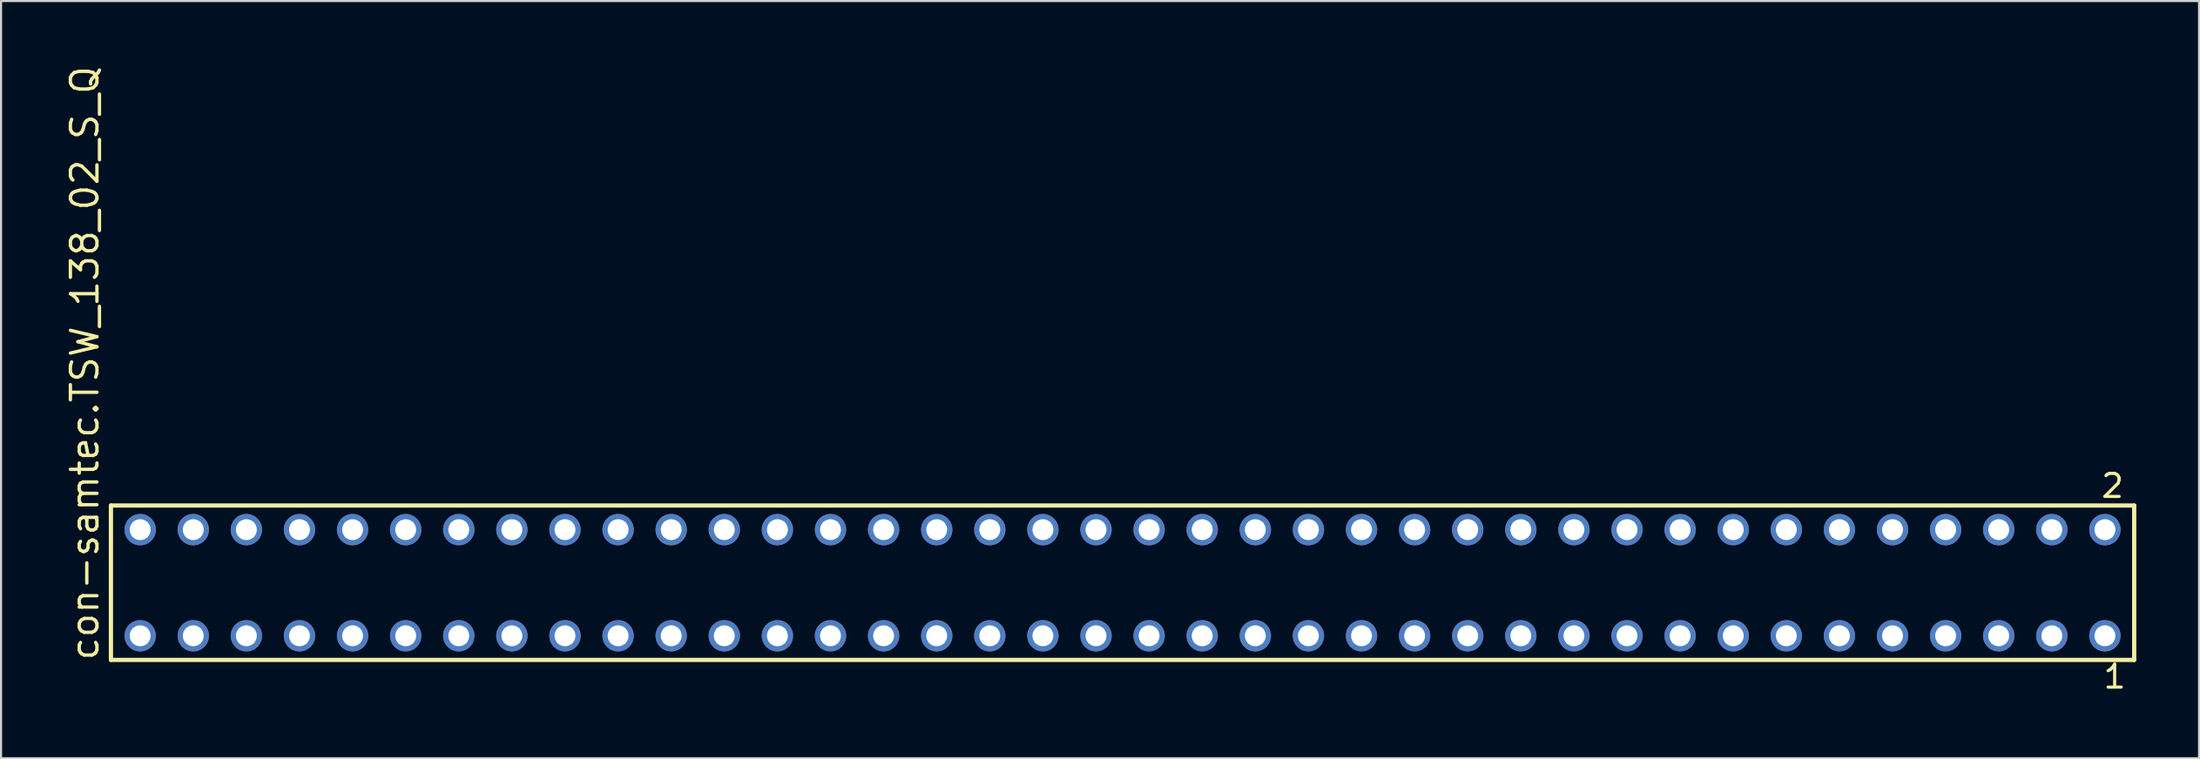
<source format=kicad_pcb>
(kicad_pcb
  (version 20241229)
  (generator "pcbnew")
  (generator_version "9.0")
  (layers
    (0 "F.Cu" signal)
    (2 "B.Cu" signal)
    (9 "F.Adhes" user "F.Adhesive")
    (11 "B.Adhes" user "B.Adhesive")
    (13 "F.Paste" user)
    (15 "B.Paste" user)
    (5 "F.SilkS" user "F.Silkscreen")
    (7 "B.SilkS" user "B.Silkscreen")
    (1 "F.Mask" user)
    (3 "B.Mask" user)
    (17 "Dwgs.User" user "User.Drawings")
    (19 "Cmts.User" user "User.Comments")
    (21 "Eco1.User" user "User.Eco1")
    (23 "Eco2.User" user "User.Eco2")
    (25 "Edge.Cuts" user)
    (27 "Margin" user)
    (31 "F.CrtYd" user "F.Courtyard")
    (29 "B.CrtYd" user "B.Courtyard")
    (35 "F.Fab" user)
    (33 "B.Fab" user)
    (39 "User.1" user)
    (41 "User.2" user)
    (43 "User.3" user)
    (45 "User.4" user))
  (footprint "con-samtec.TSW_138_02_S_Q"
    (layer "F.Cu")
    (at 50.645 24.84)
    (property "Reference" "con-samtec.TSW_138_02_S_Q" (at -48.895 3.81 90) (layer "F.SilkS") (effects (font (size 1.27 1.27) (thickness 0.16)) (justify left bottom)))
    (attr through_hole)
    (fp_line (start -48.389 -3.695) (end 48.389 -3.695) (stroke (width 0.203) (type default)) (layer "F.SilkS"))
    (fp_line (start -48.389 3.695) (end -48.389 -3.695) (stroke (width 0.203) (type default)) (layer "F.SilkS"))
    (fp_line (start 48.389 -3.695) (end 48.389 3.695) (stroke (width 0.203) (type default)) (layer "F.SilkS"))
    (fp_line (start 48.389 3.695) (end -48.389 3.695) (stroke (width 0.203) (type default)) (layer "F.SilkS"))
    (fp_rect (start -47.34 -2.19) (end -46.64 -2.89) (stroke (width 0.05) (type default)) (fill no) (layer "F.Fab"))
    (fp_rect (start -47.34 2.89) (end -46.64 2.19) (stroke (width 0.05) (type default)) (fill no) (layer "F.Fab"))
    (fp_rect (start -44.8 -2.19) (end -44.1 -2.89) (stroke (width 0.05) (type default)) (fill no) (layer "F.Fab"))
    (fp_rect (start -44.8 2.89) (end -44.1 2.19) (stroke (width 0.05) (type default)) (fill no) (layer "F.Fab"))
    (fp_rect (start -42.26 -2.19) (end -41.56 -2.89) (stroke (width 0.05) (type default)) (fill no) (layer "F.Fab"))
    (fp_rect (start -42.26 2.89) (end -41.56 2.19) (stroke (width 0.05) (type default)) (fill no) (layer "F.Fab"))
    (fp_rect (start -39.72 -2.19) (end -39.02 -2.89) (stroke (width 0.05) (type default)) (fill no) (layer "F.Fab"))
    (fp_rect (start -39.72 2.89) (end -39.02 2.19) (stroke (width 0.05) (type default)) (fill no) (layer "F.Fab"))
    (fp_rect (start -37.18 -2.19) (end -36.48 -2.89) (stroke (width 0.05) (type default)) (fill no) (layer "F.Fab"))
    (fp_rect (start -37.18 2.89) (end -36.48 2.19) (stroke (width 0.05) (type default)) (fill no) (layer "F.Fab"))
    (fp_rect (start -34.64 -2.19) (end -33.94 -2.89) (stroke (width 0.05) (type default)) (fill no) (layer "F.Fab"))
    (fp_rect (start -34.64 2.89) (end -33.94 2.19) (stroke (width 0.05) (type default)) (fill no) (layer "F.Fab"))
    (fp_rect (start -32.1 -2.19) (end -31.4 -2.89) (stroke (width 0.05) (type default)) (fill no) (layer "F.Fab"))
    (fp_rect (start -32.1 2.89) (end -31.4 2.19) (stroke (width 0.05) (type default)) (fill no) (layer "F.Fab"))
    (fp_rect (start -29.56 -2.19) (end -28.86 -2.89) (stroke (width 0.05) (type default)) (fill no) (layer "F.Fab"))
    (fp_rect (start -29.56 2.89) (end -28.86 2.19) (stroke (width 0.05) (type default)) (fill no) (layer "F.Fab"))
    (fp_rect (start -27.02 -2.19) (end -26.32 -2.89) (stroke (width 0.05) (type default)) (fill no) (layer "F.Fab"))
    (fp_rect (start -27.02 2.89) (end -26.32 2.19) (stroke (width 0.05) (type default)) (fill no) (layer "F.Fab"))
    (fp_rect (start -24.48 -2.19) (end -23.78 -2.89) (stroke (width 0.05) (type default)) (fill no) (layer "F.Fab"))
    (fp_rect (start -24.48 2.89) (end -23.78 2.19) (stroke (width 0.05) (type default)) (fill no) (layer "F.Fab"))
    (fp_rect (start -21.94 -2.19) (end -21.24 -2.89) (stroke (width 0.05) (type default)) (fill no) (layer "F.Fab"))
    (fp_rect (start -21.94 2.89) (end -21.24 2.19) (stroke (width 0.05) (type default)) (fill no) (layer "F.Fab"))
    (fp_rect (start -19.4 -2.19) (end -18.7 -2.89) (stroke (width 0.05) (type default)) (fill no) (layer "F.Fab"))
    (fp_rect (start -19.4 2.89) (end -18.7 2.19) (stroke (width 0.05) (type default)) (fill no) (layer "F.Fab"))
    (fp_rect (start -16.86 -2.19) (end -16.16 -2.89) (stroke (width 0.05) (type default)) (fill no) (layer "F.Fab"))
    (fp_rect (start -16.86 2.89) (end -16.16 2.19) (stroke (width 0.05) (type default)) (fill no) (layer "F.Fab"))
    (fp_rect (start -14.32 -2.19) (end -13.62 -2.89) (stroke (width 0.05) (type default)) (fill no) (layer "F.Fab"))
    (fp_rect (start -14.32 2.89) (end -13.62 2.19) (stroke (width 0.05) (type default)) (fill no) (layer "F.Fab"))
    (fp_rect (start -11.78 -2.19) (end -11.08 -2.89) (stroke (width 0.05) (type default)) (fill no) (layer "F.Fab"))
    (fp_rect (start -11.78 2.89) (end -11.08 2.19) (stroke (width 0.05) (type default)) (fill no) (layer "F.Fab"))
    (fp_rect (start -9.24 -2.19) (end -8.54 -2.89) (stroke (width 0.05) (type default)) (fill no) (layer "F.Fab"))
    (fp_rect (start -9.24 2.89) (end -8.54 2.19) (stroke (width 0.05) (type default)) (fill no) (layer "F.Fab"))
    (fp_rect (start -6.7 -2.19) (end -6 -2.89) (stroke (width 0.05) (type default)) (fill no) (layer "F.Fab"))
    (fp_rect (start -6.7 2.89) (end -6 2.19) (stroke (width 0.05) (type default)) (fill no) (layer "F.Fab"))
    (fp_rect (start -4.16 -2.19) (end -3.46 -2.89) (stroke (width 0.05) (type default)) (fill no) (layer "F.Fab"))
    (fp_rect (start -4.16 2.89) (end -3.46 2.19) (stroke (width 0.05) (type default)) (fill no) (layer "F.Fab"))
    (fp_rect (start -1.62 -2.19) (end -0.92 -2.89) (stroke (width 0.05) (type default)) (fill no) (layer "F.Fab"))
    (fp_rect (start -1.62 2.89) (end -0.92 2.19) (stroke (width 0.05) (type default)) (fill no) (layer "F.Fab"))
    (fp_rect (start 0.92 -2.19) (end 1.62 -2.89) (stroke (width 0.05) (type default)) (fill no) (layer "F.Fab"))
    (fp_rect (start 0.92 2.89) (end 1.62 2.19) (stroke (width 0.05) (type default)) (fill no) (layer "F.Fab"))
    (fp_rect (start 3.46 -2.19) (end 4.16 -2.89) (stroke (width 0.05) (type default)) (fill no) (layer "F.Fab"))
    (fp_rect (start 3.46 2.89) (end 4.16 2.19) (stroke (width 0.05) (type default)) (fill no) (layer "F.Fab"))
    (fp_rect (start 6 -2.19) (end 6.7 -2.89) (stroke (width 0.05) (type default)) (fill no) (layer "F.Fab"))
    (fp_rect (start 6 2.89) (end 6.7 2.19) (stroke (width 0.05) (type default)) (fill no) (layer "F.Fab"))
    (fp_rect (start 8.54 -2.19) (end 9.24 -2.89) (stroke (width 0.05) (type default)) (fill no) (layer "F.Fab"))
    (fp_rect (start 8.54 2.89) (end 9.24 2.19) (stroke (width 0.05) (type default)) (fill no) (layer "F.Fab"))
    (fp_rect (start 11.08 -2.19) (end 11.78 -2.89) (stroke (width 0.05) (type default)) (fill no) (layer "F.Fab"))
    (fp_rect (start 11.08 2.89) (end 11.78 2.19) (stroke (width 0.05) (type default)) (fill no) (layer "F.Fab"))
    (fp_rect (start 13.62 -2.19) (end 14.32 -2.89) (stroke (width 0.05) (type default)) (fill no) (layer "F.Fab"))
    (fp_rect (start 13.62 2.89) (end 14.32 2.19) (stroke (width 0.05) (type default)) (fill no) (layer "F.Fab"))
    (fp_rect (start 16.16 -2.19) (end 16.86 -2.89) (stroke (width 0.05) (type default)) (fill no) (layer "F.Fab"))
    (fp_rect (start 16.16 2.89) (end 16.86 2.19) (stroke (width 0.05) (type default)) (fill no) (layer "F.Fab"))
    (fp_rect (start 18.7 -2.19) (end 19.4 -2.89) (stroke (width 0.05) (type default)) (fill no) (layer "F.Fab"))
    (fp_rect (start 18.7 2.89) (end 19.4 2.19) (stroke (width 0.05) (type default)) (fill no) (layer "F.Fab"))
    (fp_rect (start 21.24 -2.19) (end 21.94 -2.89) (stroke (width 0.05) (type default)) (fill no) (layer "F.Fab"))
    (fp_rect (start 21.24 2.89) (end 21.94 2.19) (stroke (width 0.05) (type default)) (fill no) (layer "F.Fab"))
    (fp_rect (start 23.78 -2.19) (end 24.48 -2.89) (stroke (width 0.05) (type default)) (fill no) (layer "F.Fab"))
    (fp_rect (start 23.78 2.89) (end 24.48 2.19) (stroke (width 0.05) (type default)) (fill no) (layer "F.Fab"))
    (fp_rect (start 26.32 -2.19) (end 27.02 -2.89) (stroke (width 0.05) (type default)) (fill no) (layer "F.Fab"))
    (fp_rect (start 26.32 2.89) (end 27.02 2.19) (stroke (width 0.05) (type default)) (fill no) (layer "F.Fab"))
    (fp_rect (start 28.86 -2.19) (end 29.56 -2.89) (stroke (width 0.05) (type default)) (fill no) (layer "F.Fab"))
    (fp_rect (start 28.86 2.89) (end 29.56 2.19) (stroke (width 0.05) (type default)) (fill no) (layer "F.Fab"))
    (fp_rect (start 31.4 -2.19) (end 32.1 -2.89) (stroke (width 0.05) (type default)) (fill no) (layer "F.Fab"))
    (fp_rect (start 31.4 2.89) (end 32.1 2.19) (stroke (width 0.05) (type default)) (fill no) (layer "F.Fab"))
    (fp_rect (start 33.94 -2.19) (end 34.64 -2.89) (stroke (width 0.05) (type default)) (fill no) (layer "F.Fab"))
    (fp_rect (start 33.94 2.89) (end 34.64 2.19) (stroke (width 0.05) (type default)) (fill no) (layer "F.Fab"))
    (fp_rect (start 36.48 -2.19) (end 37.18 -2.89) (stroke (width 0.05) (type default)) (fill no) (layer "F.Fab"))
    (fp_rect (start 36.48 2.89) (end 37.18 2.19) (stroke (width 0.05) (type default)) (fill no) (layer "F.Fab"))
    (fp_rect (start 39.02 -2.19) (end 39.72 -2.89) (stroke (width 0.05) (type default)) (fill no) (layer "F.Fab"))
    (fp_rect (start 39.02 2.89) (end 39.72 2.19) (stroke (width 0.05) (type default)) (fill no) (layer "F.Fab"))
    (fp_rect (start 41.56 -2.19) (end 42.26 -2.89) (stroke (width 0.05) (type default)) (fill no) (layer "F.Fab"))
    (fp_rect (start 41.56 2.89) (end 42.26 2.19) (stroke (width 0.05) (type default)) (fill no) (layer "F.Fab"))
    (fp_rect (start 44.1 -2.19) (end 44.8 -2.89) (stroke (width 0.05) (type default)) (fill no) (layer "F.Fab"))
    (fp_rect (start 44.1 2.89) (end 44.8 2.19) (stroke (width 0.05) (type default)) (fill no) (layer "F.Fab"))
    (fp_rect (start 46.64 -2.19) (end 47.34 -2.89) (stroke (width 0.05) (type default)) (fill no) (layer "F.Fab"))
    (fp_rect (start 46.64 2.89) (end 47.34 2.19) (stroke (width 0.05) (type default)) (fill no) (layer "F.Fab"))
    (fp_text user "1" (at 46.832 5.138 0) (layer "F.SilkS") (effects (font (size 1.1 1.1) (thickness 0.15)) (justify left bottom)))
    (fp_text user "2" (at 46.732 -3.989 0) (layer "F.SilkS") (effects (font (size 1.1 1.1) (thickness 0.15)) (justify left bottom)))
    (pad "1" thru_hole circle (at 46.99 2.54 180) (size 1.5 1.5) (drill 1) (layers "*.Cu" "*.Mask"))
    (pad "2" thru_hole circle (at 46.99 -2.54 180) (size 1.5 1.5) (drill 1) (layers "*.Cu" "*.Mask"))
    (pad "3" thru_hole circle (at 44.45 2.54 180) (size 1.5 1.5) (drill 1) (layers "*.Cu" "*.Mask"))
    (pad "4" thru_hole circle (at 44.45 -2.54 180) (size 1.5 1.5) (drill 1) (layers "*.Cu" "*.Mask"))
    (pad "5" thru_hole circle (at 41.91 2.54 180) (size 1.5 1.5) (drill 1) (layers "*.Cu" "*.Mask"))
    (pad "6" thru_hole circle (at 41.91 -2.54 180) (size 1.5 1.5) (drill 1) (layers "*.Cu" "*.Mask"))
    (pad "7" thru_hole circle (at 39.37 2.54 180) (size 1.5 1.5) (drill 1) (layers "*.Cu" "*.Mask"))
    (pad "8" thru_hole circle (at 39.37 -2.54 180) (size 1.5 1.5) (drill 1) (layers "*.Cu" "*.Mask"))
    (pad "9" thru_hole circle (at 36.83 2.54 180) (size 1.5 1.5) (drill 1) (layers "*.Cu" "*.Mask"))
    (pad "10" thru_hole circle (at 36.83 -2.54 180) (size 1.5 1.5) (drill 1) (layers "*.Cu" "*.Mask"))
    (pad "11" thru_hole circle (at 34.29 2.54 180) (size 1.5 1.5) (drill 1) (layers "*.Cu" "*.Mask"))
    (pad "12" thru_hole circle (at 34.29 -2.54 180) (size 1.5 1.5) (drill 1) (layers "*.Cu" "*.Mask"))
    (pad "13" thru_hole circle (at 31.75 2.54 180) (size 1.5 1.5) (drill 1) (layers "*.Cu" "*.Mask"))
    (pad "14" thru_hole circle (at 31.75 -2.54 180) (size 1.5 1.5) (drill 1) (layers "*.Cu" "*.Mask"))
    (pad "15" thru_hole circle (at 29.21 2.54 180) (size 1.5 1.5) (drill 1) (layers "*.Cu" "*.Mask"))
    (pad "16" thru_hole circle (at 29.21 -2.54 180) (size 1.5 1.5) (drill 1) (layers "*.Cu" "*.Mask"))
    (pad "17" thru_hole circle (at 26.67 2.54 180) (size 1.5 1.5) (drill 1) (layers "*.Cu" "*.Mask"))
    (pad "18" thru_hole circle (at 26.67 -2.54 180) (size 1.5 1.5) (drill 1) (layers "*.Cu" "*.Mask"))
    (pad "19" thru_hole circle (at 24.13 2.54 180) (size 1.5 1.5) (drill 1) (layers "*.Cu" "*.Mask"))
    (pad "20" thru_hole circle (at 24.13 -2.54 180) (size 1.5 1.5) (drill 1) (layers "*.Cu" "*.Mask"))
    (pad "21" thru_hole circle (at 21.59 2.54 180) (size 1.5 1.5) (drill 1) (layers "*.Cu" "*.Mask"))
    (pad "22" thru_hole circle (at 21.59 -2.54 180) (size 1.5 1.5) (drill 1) (layers "*.Cu" "*.Mask"))
    (pad "23" thru_hole circle (at 19.05 2.54 180) (size 1.5 1.5) (drill 1) (layers "*.Cu" "*.Mask"))
    (pad "24" thru_hole circle (at 19.05 -2.54 180) (size 1.5 1.5) (drill 1) (layers "*.Cu" "*.Mask"))
    (pad "25" thru_hole circle (at 16.51 2.54 180) (size 1.5 1.5) (drill 1) (layers "*.Cu" "*.Mask"))
    (pad "26" thru_hole circle (at 16.51 -2.54 180) (size 1.5 1.5) (drill 1) (layers "*.Cu" "*.Mask"))
    (pad "27" thru_hole circle (at 13.97 2.54 180) (size 1.5 1.5) (drill 1) (layers "*.Cu" "*.Mask"))
    (pad "28" thru_hole circle (at 13.97 -2.54 180) (size 1.5 1.5) (drill 1) (layers "*.Cu" "*.Mask"))
    (pad "29" thru_hole circle (at 11.43 2.54 180) (size 1.5 1.5) (drill 1) (layers "*.Cu" "*.Mask"))
    (pad "30" thru_hole circle (at 11.43 -2.54 180) (size 1.5 1.5) (drill 1) (layers "*.Cu" "*.Mask"))
    (pad "31" thru_hole circle (at 8.89 2.54 180) (size 1.5 1.5) (drill 1) (layers "*.Cu" "*.Mask"))
    (pad "32" thru_hole circle (at 8.89 -2.54 180) (size 1.5 1.5) (drill 1) (layers "*.Cu" "*.Mask"))
    (pad "33" thru_hole circle (at 6.35 2.54 180) (size 1.5 1.5) (drill 1) (layers "*.Cu" "*.Mask"))
    (pad "34" thru_hole circle (at 6.35 -2.54 180) (size 1.5 1.5) (drill 1) (layers "*.Cu" "*.Mask"))
    (pad "35" thru_hole circle (at 3.81 2.54 180) (size 1.5 1.5) (drill 1) (layers "*.Cu" "*.Mask"))
    (pad "36" thru_hole circle (at 3.81 -2.54 180) (size 1.5 1.5) (drill 1) (layers "*.Cu" "*.Mask"))
    (pad "37" thru_hole circle (at 1.27 2.54 180) (size 1.5 1.5) (drill 1) (layers "*.Cu" "*.Mask"))
    (pad "38" thru_hole circle (at 1.27 -2.54 180) (size 1.5 1.5) (drill 1) (layers "*.Cu" "*.Mask"))
    (pad "39" thru_hole circle (at -1.27 2.54 180) (size 1.5 1.5) (drill 1) (layers "*.Cu" "*.Mask"))
    (pad "40" thru_hole circle (at -1.27 -2.54 180) (size 1.5 1.5) (drill 1) (layers "*.Cu" "*.Mask"))
    (pad "41" thru_hole circle (at -3.81 2.54 180) (size 1.5 1.5) (drill 1) (layers "*.Cu" "*.Mask"))
    (pad "42" thru_hole circle (at -3.81 -2.54 180) (size 1.5 1.5) (drill 1) (layers "*.Cu" "*.Mask"))
    (pad "43" thru_hole circle (at -6.35 2.54 180) (size 1.5 1.5) (drill 1) (layers "*.Cu" "*.Mask"))
    (pad "44" thru_hole circle (at -6.35 -2.54 180) (size 1.5 1.5) (drill 1) (layers "*.Cu" "*.Mask"))
    (pad "45" thru_hole circle (at -8.89 2.54 180) (size 1.5 1.5) (drill 1) (layers "*.Cu" "*.Mask"))
    (pad "46" thru_hole circle (at -8.89 -2.54 180) (size 1.5 1.5) (drill 1) (layers "*.Cu" "*.Mask"))
    (pad "47" thru_hole circle (at -11.43 2.54 180) (size 1.5 1.5) (drill 1) (layers "*.Cu" "*.Mask"))
    (pad "48" thru_hole circle (at -11.43 -2.54 180) (size 1.5 1.5) (drill 1) (layers "*.Cu" "*.Mask"))
    (pad "49" thru_hole circle (at -13.97 2.54 180) (size 1.5 1.5) (drill 1) (layers "*.Cu" "*.Mask"))
    (pad "50" thru_hole circle (at -13.97 -2.54 180) (size 1.5 1.5) (drill 1) (layers "*.Cu" "*.Mask"))
    (pad "51" thru_hole circle (at -16.51 2.54 180) (size 1.5 1.5) (drill 1) (layers "*.Cu" "*.Mask"))
    (pad "52" thru_hole circle (at -16.51 -2.54 180) (size 1.5 1.5) (drill 1) (layers "*.Cu" "*.Mask"))
    (pad "53" thru_hole circle (at -19.05 2.54 180) (size 1.5 1.5) (drill 1) (layers "*.Cu" "*.Mask"))
    (pad "54" thru_hole circle (at -19.05 -2.54 180) (size 1.5 1.5) (drill 1) (layers "*.Cu" "*.Mask"))
    (pad "55" thru_hole circle (at -21.59 2.54 180) (size 1.5 1.5) (drill 1) (layers "*.Cu" "*.Mask"))
    (pad "56" thru_hole circle (at -21.59 -2.54 180) (size 1.5 1.5) (drill 1) (layers "*.Cu" "*.Mask"))
    (pad "57" thru_hole circle (at -24.13 2.54 180) (size 1.5 1.5) (drill 1) (layers "*.Cu" "*.Mask"))
    (pad "58" thru_hole circle (at -24.13 -2.54 180) (size 1.5 1.5) (drill 1) (layers "*.Cu" "*.Mask"))
    (pad "59" thru_hole circle (at -26.67 2.54 180) (size 1.5 1.5) (drill 1) (layers "*.Cu" "*.Mask"))
    (pad "60" thru_hole circle (at -26.67 -2.54 180) (size 1.5 1.5) (drill 1) (layers "*.Cu" "*.Mask"))
    (pad "61" thru_hole circle (at -29.21 2.54 180) (size 1.5 1.5) (drill 1) (layers "*.Cu" "*.Mask"))
    (pad "62" thru_hole circle (at -29.21 -2.54 180) (size 1.5 1.5) (drill 1) (layers "*.Cu" "*.Mask"))
    (pad "63" thru_hole circle (at -31.75 2.54 180) (size 1.5 1.5) (drill 1) (layers "*.Cu" "*.Mask"))
    (pad "64" thru_hole circle (at -31.75 -2.54 180) (size 1.5 1.5) (drill 1) (layers "*.Cu" "*.Mask"))
    (pad "65" thru_hole circle (at -34.29 2.54 180) (size 1.5 1.5) (drill 1) (layers "*.Cu" "*.Mask"))
    (pad "66" thru_hole circle (at -34.29 -2.54 180) (size 1.5 1.5) (drill 1) (layers "*.Cu" "*.Mask"))
    (pad "67" thru_hole circle (at -36.83 2.54 180) (size 1.5 1.5) (drill 1) (layers "*.Cu" "*.Mask"))
    (pad "68" thru_hole circle (at -36.83 -2.54 180) (size 1.5 1.5) (drill 1) (layers "*.Cu" "*.Mask"))
    (pad "69" thru_hole circle (at -39.37 2.54 180) (size 1.5 1.5) (drill 1) (layers "*.Cu" "*.Mask"))
    (pad "70" thru_hole circle (at -39.37 -2.54 180) (size 1.5 1.5) (drill 1) (layers "*.Cu" "*.Mask"))
    (pad "71" thru_hole circle (at -41.91 2.54 180) (size 1.5 1.5) (drill 1) (layers "*.Cu" "*.Mask"))
    (pad "72" thru_hole circle (at -41.91 -2.54 180) (size 1.5 1.5) (drill 1) (layers "*.Cu" "*.Mask"))
    (pad "73" thru_hole circle (at -44.45 2.54 180) (size 1.5 1.5) (drill 1) (layers "*.Cu" "*.Mask"))
    (pad "74" thru_hole circle (at -44.45 -2.54 180) (size 1.5 1.5) (drill 1) (layers "*.Cu" "*.Mask"))
    (pad "75" thru_hole circle (at -46.99 2.54 180) (size 1.5 1.5) (drill 1) (layers "*.Cu" "*.Mask"))
    (pad "76" thru_hole circle (at -46.99 -2.54 180) (size 1.5 1.5) (drill 1) (layers "*.Cu" "*.Mask")))
  (gr_rect
    (start -3 -3)
    (end 102.136 33.241)
    (stroke (width 0.1) (type default))
    (fill no)
    (layer "Edge.Cuts")))
</source>
